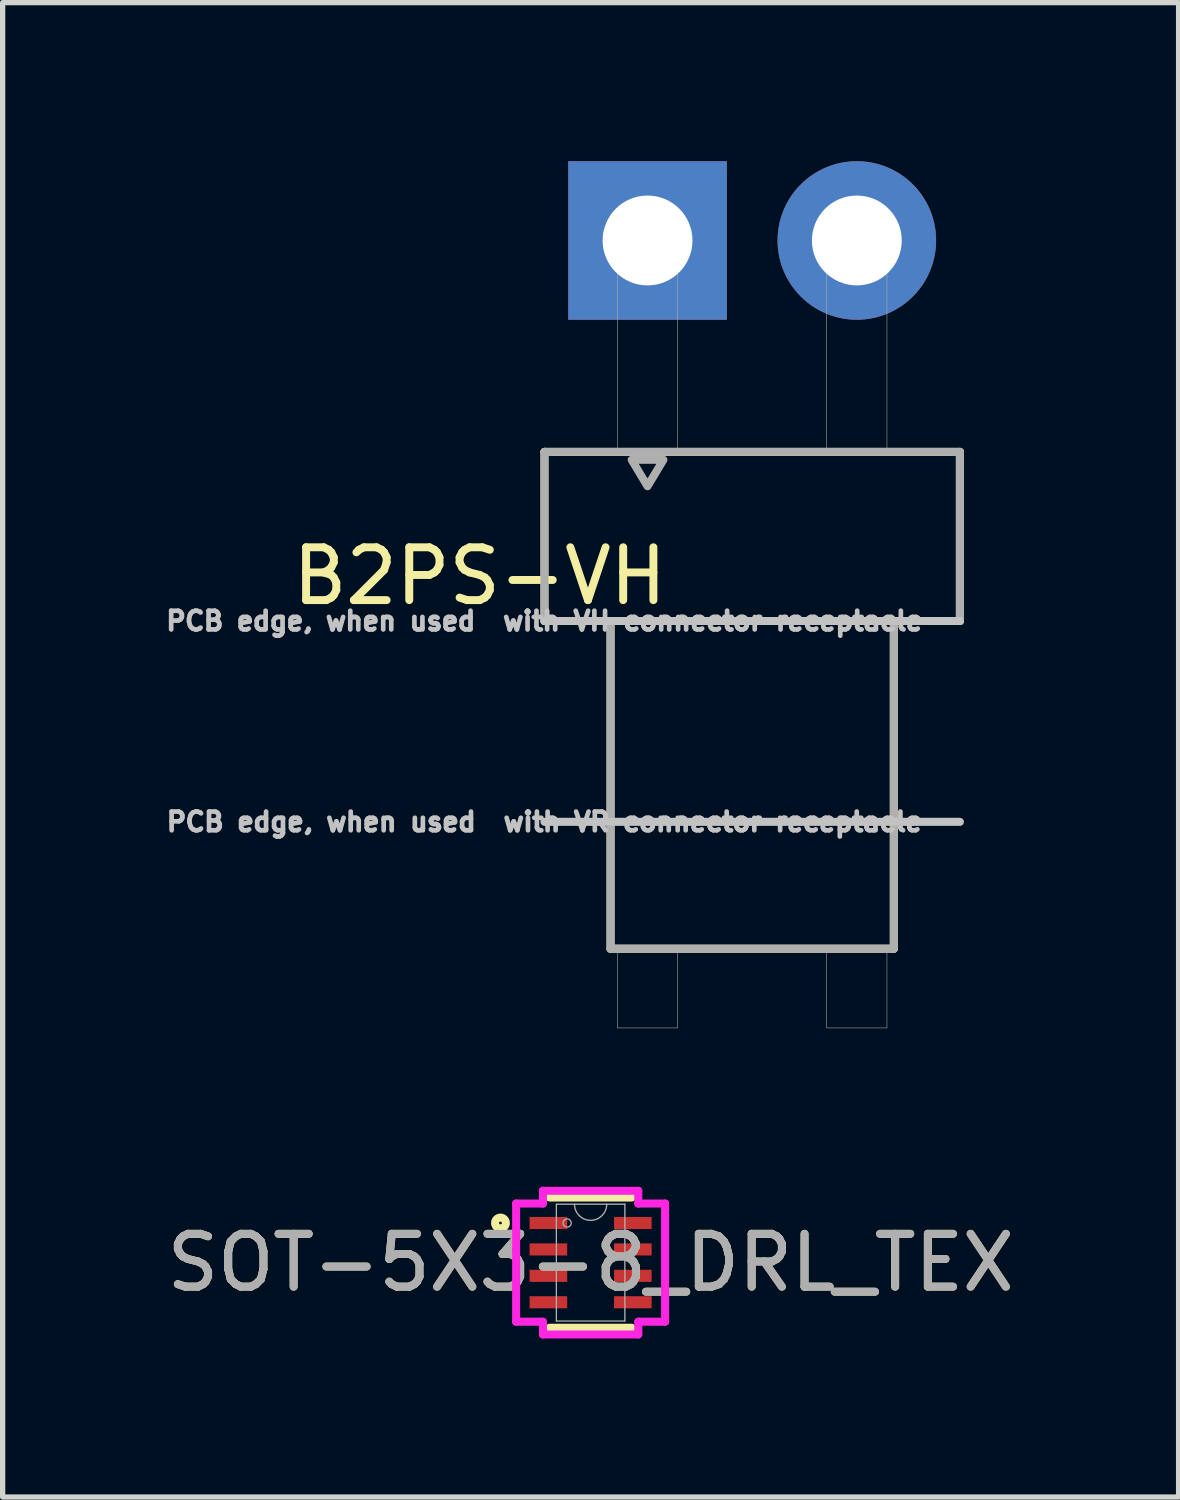
<source format=kicad_pcb>
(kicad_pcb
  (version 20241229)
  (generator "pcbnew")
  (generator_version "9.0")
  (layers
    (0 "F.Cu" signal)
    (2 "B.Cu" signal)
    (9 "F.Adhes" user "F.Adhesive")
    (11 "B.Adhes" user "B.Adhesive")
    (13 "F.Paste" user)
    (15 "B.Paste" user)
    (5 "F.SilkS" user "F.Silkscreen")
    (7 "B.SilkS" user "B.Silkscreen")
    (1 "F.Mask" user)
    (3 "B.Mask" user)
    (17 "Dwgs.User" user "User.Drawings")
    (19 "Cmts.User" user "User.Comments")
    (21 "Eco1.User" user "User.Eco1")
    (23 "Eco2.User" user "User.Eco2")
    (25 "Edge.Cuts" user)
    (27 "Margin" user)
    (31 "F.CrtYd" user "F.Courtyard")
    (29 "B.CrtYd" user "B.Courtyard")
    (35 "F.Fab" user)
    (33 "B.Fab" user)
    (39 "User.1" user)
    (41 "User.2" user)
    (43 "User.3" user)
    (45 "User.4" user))
  (footprint "B2PS-VH"
    (layer "F.Cu")
    (at 11.182 1.5)
    (property "Reference" "B2PS-VH" (at -5.155 6.35 180) (layer "F.SilkS") (effects (font (size 1 1) (thickness 0.15))))
    (attr through_hole)
    (fp_line (start -3.93 4) (end -3.93 7.2) (stroke (width 0.152) (type solid)) (layer "F.SilkS"))
    (fp_line (start -3.93 7.2) (end -2.68 7.2) (stroke (width 0.152) (type solid)) (layer "F.SilkS"))
    (fp_line (start -2.68 7.2) (end 2.68 7.2) (stroke (width 0.152) (type solid)) (layer "F.SilkS"))
    (fp_line (start -2.68 13.4) (end -2.68 7.2) (stroke (width 0.152) (type solid)) (layer "F.SilkS"))
    (fp_line (start -2.68 13.4) (end 2.68 13.4) (stroke (width 0.152) (type solid)) (layer "F.SilkS"))
    (fp_line (start 2.68 7.2) (end 3.93 7.2) (stroke (width 0.152) (type solid)) (layer "F.SilkS"))
    (fp_line (start 2.68 13.4) (end 2.68 7.2) (stroke (width 0.152) (type solid)) (layer "F.SilkS"))
    (fp_line (start 3.93 4) (end -3.93 4) (stroke (width 0.152) (type solid)) (layer "F.SilkS"))
    (fp_line (start 3.93 7.2) (end 3.93 4) (stroke (width 0.152) (type solid)) (layer "F.SilkS"))
    (fp_line (start -3.93 7.2) (end 3.93 7.2) (stroke (width 0.152) (type solid)) (layer "Dwgs.User"))
    (fp_line (start -3.93 11) (end 3.93 11) (stroke (width 0.152) (type solid)) (layer "Dwgs.User"))
    (fp_line (start -3.93 4) (end -3.93 7.2) (stroke (width 0.152) (type solid)) (layer "F.Fab"))
    (fp_line (start -3.93 7.2) (end -2.68 7.2) (stroke (width 0.152) (type solid)) (layer "F.Fab"))
    (fp_line (start -2.68 7.2) (end 2.68 7.2) (stroke (width 0.152) (type solid)) (layer "F.Fab"))
    (fp_line (start -2.68 13.4) (end -2.68 7.2) (stroke (width 0.152) (type solid)) (layer "F.Fab"))
    (fp_line (start -2.68 13.4) (end 2.68 13.4) (stroke (width 0.152) (type solid)) (layer "F.Fab"))
    (fp_line (start 2.68 7.2) (end 3.93 7.2) (stroke (width 0.152) (type solid)) (layer "F.Fab"))
    (fp_line (start 2.68 13.4) (end 2.68 7.2) (stroke (width 0.152) (type solid)) (layer "F.Fab"))
    (fp_line (start 3.93 4) (end -3.93 4) (stroke (width 0.152) (type solid)) (layer "F.Fab"))
    (fp_line (start 3.93 7.2) (end 3.93 4) (stroke (width 0.152) (type solid)) (layer "F.Fab"))
    (fp_poly (pts (xy -1.98 4.65) (xy -2.28 4.15) (xy -1.68 4.15)) (stroke (width 0.152) (type solid)) (fill no) (layer "F.Fab"))
    (fp_poly (pts (xy -2.55 -0.57) (xy -1.41 -0.57) (xy -1.41 4) (xy -2.55 4)) (stroke (width 0.01) (type solid)) (fill no) (layer "F.Fab"))
    (fp_poly (pts (xy -2.55 13.4) (xy -1.41 13.4) (xy -1.41 14.9) (xy -2.55 14.9)) (stroke (width 0.01) (type solid)) (fill no) (layer "F.Fab"))
    (fp_poly (pts (xy 1.41 -0.57) (xy 2.55 -0.57) (xy 2.55 4) (xy 1.41 4)) (stroke (width 0.01) (type solid)) (fill no) (layer "F.Fab"))
    (fp_poly (pts (xy 1.41 13.4) (xy 2.55 13.4) (xy 2.55 14.9) (xy 1.41 14.9)) (stroke (width 0.01) (type solid)) (fill no) (layer "F.Fab"))
    (fp_text user "PCB edge, when used  with VH connector receptacle" (at -3.93 7.2 0) (layer "Dwgs.User") (effects (font (size 0.354 0.354) (thickness 0.15))))
    (fp_text user "PCB edge, when used  with VR connector receptacle" (at -3.93 11 0) (layer "Dwgs.User") (effects (font (size 0.354 0.354) (thickness 0.15))))
    (pad "1" thru_hole rect (at -1.98 0) (size 3 3) (drill 1.7) (layers "*.Cu" "*.Mask"))
    (pad "2" thru_hole circle (at 1.98 0) (size 3 3) (drill 1.7) (layers "*.Cu" "*.Mask")))
  (footprint "SOT-5X3-8_DRL_TEX"
    (layer "F.Cu")
    (at 8.125 20.84)
    (property "Reference" "SOT-5X3-8_DRL_TEX" (at 0 0 0) (unlocked yes) (layer "F.SilkS") (effects (font (size 1 1) (thickness 0.15))))
    (attr smd)
    (fp_line (start -0.775 1.232) (end 0.775 1.232) (stroke (width 0.152) (type solid)) (layer "F.SilkS"))
    (fp_line (start 0.775 -1.232) (end -0.775 -1.232) (stroke (width 0.152) (type solid)) (layer "F.SilkS"))
    (fp_circle (center -1.706 -0.75) (end -1.604 -0.75) (stroke (width 0.152) (type solid)) (fill no) (layer "F.SilkS"))
    (fp_line (start -1.409 -1.118) (end -0.902 -1.118) (stroke (width 0.152) (type solid)) (layer "F.CrtYd"))
    (fp_line (start -1.409 1.118) (end -1.409 -1.118) (stroke (width 0.152) (type solid)) (layer "F.CrtYd"))
    (fp_line (start -1.409 1.118) (end -0.902 1.118) (stroke (width 0.152) (type solid)) (layer "F.CrtYd"))
    (fp_line (start -0.902 -1.359) (end 0.902 -1.359) (stroke (width 0.152) (type solid)) (layer "F.CrtYd"))
    (fp_line (start -0.902 -1.118) (end -0.902 -1.359) (stroke (width 0.152) (type solid)) (layer "F.CrtYd"))
    (fp_line (start -0.902 1.359) (end -0.902 1.118) (stroke (width 0.152) (type solid)) (layer "F.CrtYd"))
    (fp_line (start 0.902 -1.359) (end 0.902 -1.118) (stroke (width 0.152) (type solid)) (layer "F.CrtYd"))
    (fp_line (start 0.902 1.118) (end 0.902 1.359) (stroke (width 0.152) (type solid)) (layer "F.CrtYd"))
    (fp_line (start 0.902 1.359) (end -0.902 1.359) (stroke (width 0.152) (type solid)) (layer "F.CrtYd"))
    (fp_line (start 1.409 -1.118) (end 0.902 -1.118) (stroke (width 0.152) (type solid)) (layer "F.CrtYd"))
    (fp_line (start 1.409 -1.118) (end 1.409 1.118) (stroke (width 0.152) (type solid)) (layer "F.CrtYd"))
    (fp_line (start 1.409 1.118) (end 0.902 1.118) (stroke (width 0.152) (type solid)) (layer "F.CrtYd"))
    (fp_line (start -0.648 -1.105) (end -0.648 1.105) (stroke (width 0.025) (type solid)) (layer "F.Fab"))
    (fp_line (start -0.648 1.105) (end 0.648 1.105) (stroke (width 0.025) (type solid)) (layer "F.Fab"))
    (fp_line (start 0.648 -1.105) (end -0.648 -1.105) (stroke (width 0.025) (type solid)) (layer "F.Fab"))
    (fp_line (start 0.648 1.105) (end 0.648 -1.105) (stroke (width 0.025) (type solid)) (layer "F.Fab"))
    (fp_arc (start 0.3048 -1.1049) (mid 0 -0.8001) (end -0.3048 -1.1049) (stroke (width 0.0254) (type solid)) (layer "F.Fab"))
    (fp_circle (center -0.444 -0.75) (end -0.367 -0.75) (stroke (width 0.025) (type solid)) (fill no) (layer "F.Fab"))
    (fp_text user "${REFERENCE}" (at 0 0 0) (unlocked yes) (layer "F.Fab") (effects (font (size 1 1) (thickness 0.15))))
    (pad "1" smd rect (at -0.799 -0.75) (size 0.711 0.229) (layers "F.Cu" "F.Mask" "F.Paste"))
    (pad "2" smd rect (at -0.799 -0.25) (size 0.711 0.229) (layers "F.Cu" "F.Mask" "F.Paste"))
    (pad "3" smd rect (at -0.799 0.25) (size 0.711 0.229) (layers "F.Cu" "F.Mask" "F.Paste"))
    (pad "4" smd rect (at -0.799 0.75) (size 0.711 0.229) (layers "F.Cu" "F.Mask" "F.Paste"))
    (pad "5" smd rect (at 0.799 0.75) (size 0.711 0.229) (layers "F.Cu" "F.Mask" "F.Paste"))
    (pad "6" smd rect (at 0.799 0.25) (size 0.711 0.229) (layers "F.Cu" "F.Mask" "F.Paste"))
    (pad "7" smd rect (at 0.799 -0.25) (size 0.711 0.229) (layers "F.Cu" "F.Mask" "F.Paste"))
    (pad "8" smd rect (at 0.799 -0.75) (size 0.711 0.229) (layers "F.Cu" "F.Mask" "F.Paste")))
  (gr_rect
    (start -3 -3)
    (end 19.25 25.275)
    (stroke (width 0.1) (type default))
    (fill no)
    (layer "Edge.Cuts")))
</source>
